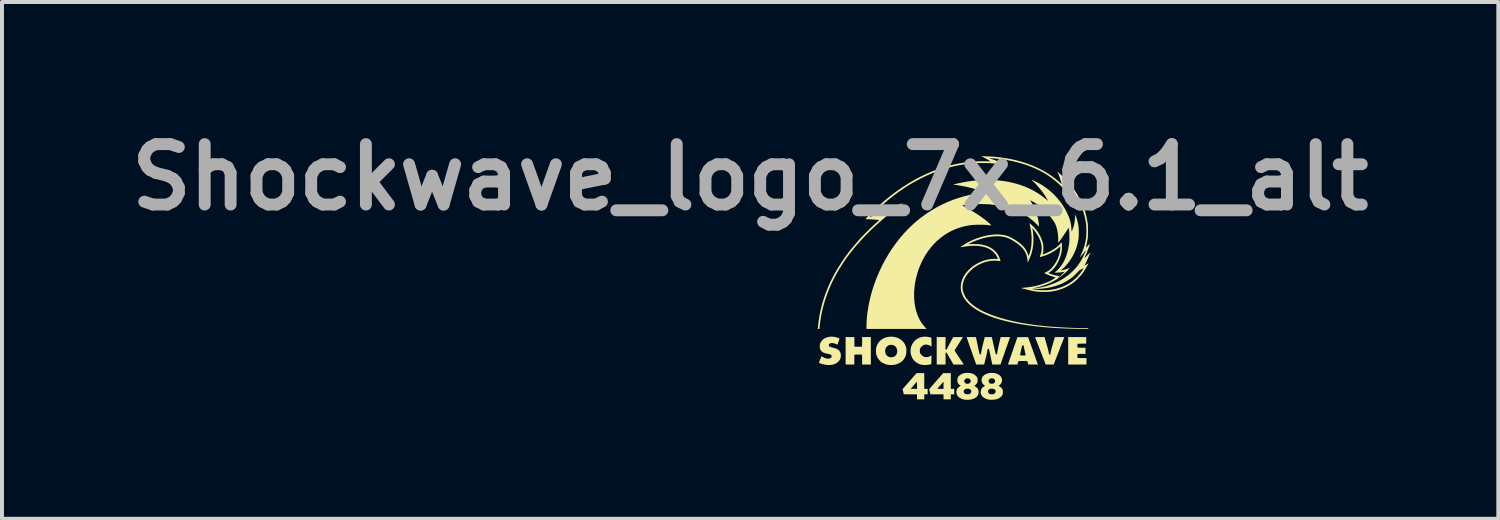
<source format=kicad_pcb>
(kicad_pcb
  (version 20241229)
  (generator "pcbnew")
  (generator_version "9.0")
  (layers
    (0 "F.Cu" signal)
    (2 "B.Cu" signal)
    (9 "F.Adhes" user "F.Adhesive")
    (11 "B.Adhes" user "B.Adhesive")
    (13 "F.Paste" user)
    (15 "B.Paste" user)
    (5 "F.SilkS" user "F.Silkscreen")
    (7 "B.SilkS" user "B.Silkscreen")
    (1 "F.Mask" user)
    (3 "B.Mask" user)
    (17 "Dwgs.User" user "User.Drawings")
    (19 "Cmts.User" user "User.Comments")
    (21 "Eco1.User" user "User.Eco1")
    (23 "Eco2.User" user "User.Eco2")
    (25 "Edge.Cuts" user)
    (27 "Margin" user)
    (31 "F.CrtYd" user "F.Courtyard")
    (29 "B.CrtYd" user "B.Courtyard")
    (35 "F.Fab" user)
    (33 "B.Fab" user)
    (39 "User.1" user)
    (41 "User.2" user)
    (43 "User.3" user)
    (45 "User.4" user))
  (footprint "Shockwave_logo_7x_6.1_alt"
    (layer "F.Cu")
    (at 20.944 3.958)
    (property "Reference" "Shockwave_logo_7x_6.1_alt" (at -5.08 -2.54 0) (layer "F.Fab") (effects (font (size 1.524 1.524) (thickness 0.3))))
    (attr board_only exclude_from_pos_files exclude_from_bom)
    (fp_poly (pts (xy -3.042 1.973) (xy -3.042 1.978) (xy -3.042 1.978) (xy -3.045 1.978) (xy -3.045 1.976) (xy -3.043 1.972)) (stroke (width 0) (type solid)) (fill yes) (layer "F.SilkS"))
    (fp_poly (pts (xy -0.69 2.796) (xy -0.604 2.796) (xy -0.604 2.935) (xy -0.69 2.935) (xy -0.69 3.061) (xy -0.873 3.061) (xy -0.873 2.935) (xy -1.04 2.934) (xy -1.206 2.933) (xy -1.221 2.868) (xy -1.237 2.804) (xy -1.23 2.796) (xy -1.033 2.796) (xy -0.873 2.796) (xy -0.873 2.706) (xy -0.874 2.676) (xy -0.874 2.654) (xy -0.874 2.638) (xy -0.875 2.628) (xy -0.876 2.622) (xy -0.877 2.62) (xy -0.879 2.62) (xy -0.88 2.62) (xy -0.884 2.625) (xy -0.892 2.634) (xy -0.905 2.649) (xy -0.921 2.666) (xy -0.939 2.687) (xy -0.958 2.709) (xy -0.959 2.711) (xy -1.033 2.796) (xy -1.23 2.796) (xy -0.884 2.4) (xy -0.787 2.4) (xy -0.69 2.4)) (stroke (width 0) (type solid)) (fill yes) (layer "F.SilkS"))
    (fp_poly (pts (xy -0.02 2.796) (xy 0.065 2.796) (xy 0.065 2.935) (xy -0.02 2.935) (xy -0.02 3.061) (xy -0.204 3.061) (xy -0.204 2.935) (xy -0.535 2.935) (xy -0.537 2.926) (xy -0.539 2.918) (xy -0.542 2.905) (xy -0.546 2.887) (xy -0.551 2.866) (xy -0.553 2.86) (xy -0.566 2.805) (xy -0.557 2.794) (xy -0.359 2.794) (xy -0.355 2.795) (xy -0.345 2.795) (xy -0.328 2.796) (xy -0.307 2.796) (xy -0.283 2.796) (xy -0.282 2.796) (xy -0.204 2.796) (xy -0.204 2.705) (xy -0.204 2.676) (xy -0.204 2.654) (xy -0.205 2.638) (xy -0.205 2.628) (xy -0.206 2.622) (xy -0.207 2.62) (xy -0.209 2.62) (xy -0.212 2.622) (xy -0.212 2.623) (xy -0.218 2.629) (xy -0.228 2.64) (xy -0.24 2.655) (xy -0.256 2.672) (xy -0.272 2.692) (xy -0.29 2.712) (xy -0.307 2.731) (xy -0.322 2.75) (xy -0.337 2.767) (xy -0.348 2.78) (xy -0.356 2.79) (xy -0.359 2.794) (xy -0.359 2.794) (xy -0.557 2.794) (xy -0.214 2.401) (xy -0.02 2.4)) (stroke (width 0) (type solid)) (fill yes) (layer "F.SilkS"))
    (fp_poly (pts (xy 3.166 1.491) (xy 3.394 1.492) (xy 3.394 1.655) (xy 3.288 1.656) (xy 3.25 1.657) (xy 3.22 1.658) (xy 3.198 1.659) (xy 3.183 1.66) (xy 3.177 1.662) (xy 3.177 1.662) (xy 3.174 1.668) (xy 3.172 1.68) (xy 3.171 1.696) (xy 3.171 1.713) (xy 3.172 1.73) (xy 3.173 1.744) (xy 3.175 1.753) (xy 3.176 1.754) (xy 3.181 1.756) (xy 3.191 1.757) (xy 3.207 1.758) (xy 3.229 1.759) (xy 3.259 1.759) (xy 3.278 1.759) (xy 3.376 1.759) (xy 3.376 1.914) (xy 3.278 1.914) (xy 3.244 1.914) (xy 3.218 1.915) (xy 3.198 1.916) (xy 3.185 1.917) (xy 3.178 1.918) (xy 3.176 1.919) (xy 3.174 1.926) (xy 3.172 1.941) (xy 3.171 1.963) (xy 3.171 1.967) (xy 3.172 1.991) (xy 3.173 2.007) (xy 3.176 2.015) (xy 3.176 2.016) (xy 3.181 2.017) (xy 3.19 2.018) (xy 3.205 2.019) (xy 3.227 2.02) (xy 3.255 2.02) (xy 3.291 2.02) (xy 3.4 2.02) (xy 3.4 2.184) (xy 2.939 2.184) (xy 2.939 1.49)) (stroke (width 0) (type solid)) (fill yes) (layer "F.SilkS"))
    (fp_poly (pts (xy -2.452 1.611) (xy -2.451 1.733) (xy -2.36 1.734) (xy -2.326 1.734) (xy -2.3 1.734) (xy -2.281 1.733) (xy -2.269 1.732) (xy -2.263 1.73) (xy -2.263 1.73) (xy -2.261 1.727) (xy -2.26 1.721) (xy -2.259 1.712) (xy -2.258 1.697) (xy -2.258 1.677) (xy -2.257 1.651) (xy -2.257 1.617) (xy -2.257 1.608) (xy -2.257 1.49) (xy -2.037 1.49) (xy -2.037 2.184) (xy -2.257 2.184) (xy -2.257 2.064) (xy -2.257 2.028) (xy -2.257 2.001) (xy -2.258 1.979) (xy -2.258 1.963) (xy -2.259 1.952) (xy -2.26 1.944) (xy -2.262 1.94) (xy -2.264 1.937) (xy -2.267 1.935) (xy -2.273 1.933) (xy -2.282 1.932) (xy -2.295 1.931) (xy -2.314 1.931) (xy -2.34 1.931) (xy -2.354 1.931) (xy -2.383 1.931) (xy -2.407 1.931) (xy -2.427 1.932) (xy -2.44 1.934) (xy -2.445 1.935) (xy -2.447 1.936) (xy -2.449 1.939) (xy -2.451 1.943) (xy -2.452 1.951) (xy -2.452 1.962) (xy -2.453 1.977) (xy -2.453 1.998) (xy -2.453 2.026) (xy -2.453 2.06) (xy -2.453 2.184) (xy -2.673 2.184) (xy -2.673 1.49) (xy -2.453 1.49)) (stroke (width 0) (type solid)) (fill yes) (layer "F.SilkS"))
    (fp_poly (pts (xy -0.154 1.645) (xy -0.156 1.8) (xy -0.146 1.804) (xy -0.136 1.807) (xy -0.127 1.803) (xy -0.119 1.793) (xy -0.112 1.777) (xy -0.108 1.768) (xy -0.101 1.753) (xy -0.09 1.732) (xy -0.077 1.708) (xy -0.063 1.68) (xy -0.047 1.65) (xy -0.032 1.622) (xy 0.04 1.492) (xy 0.163 1.491) (xy 0.194 1.491) (xy 0.222 1.49) (xy 0.246 1.491) (xy 0.265 1.491) (xy 0.278 1.491) (xy 0.285 1.492) (xy 0.286 1.492) (xy 0.284 1.496) (xy 0.277 1.505) (xy 0.268 1.521) (xy 0.255 1.541) (xy 0.239 1.566) (xy 0.221 1.594) (xy 0.202 1.624) (xy 0.181 1.657) (xy 0.18 1.659) (xy 0.158 1.692) (xy 0.139 1.723) (xy 0.121 1.751) (xy 0.105 1.776) (xy 0.092 1.797) (xy 0.082 1.813) (xy 0.076 1.824) (xy 0.073 1.829) (xy 0.073 1.829) (xy 0.076 1.833) (xy 0.082 1.843) (xy 0.092 1.859) (xy 0.105 1.88) (xy 0.122 1.904) (xy 0.14 1.932) (xy 0.161 1.963) (xy 0.183 1.997) (xy 0.19 2.007) (xy 0.212 2.04) (xy 0.233 2.072) (xy 0.253 2.1) (xy 0.27 2.126) (xy 0.284 2.147) (xy 0.295 2.164) (xy 0.302 2.176) (xy 0.306 2.181) (xy 0.306 2.182) (xy 0.302 2.182) (xy 0.291 2.183) (xy 0.274 2.183) (xy 0.251 2.183) (xy 0.224 2.184) (xy 0.194 2.184) (xy 0.176 2.184) (xy 0.046 2.184) (xy -0.002 2.099) (xy -0.018 2.071) (xy -0.035 2.043) (xy -0.051 2.015) (xy -0.066 1.989) (xy -0.078 1.969) (xy -0.081 1.964) (xy -0.092 1.945) (xy -0.102 1.927) (xy -0.11 1.911) (xy -0.115 1.901) (xy -0.116 1.899) (xy -0.12 1.889) (xy -0.126 1.885) (xy -0.135 1.884) (xy -0.137 1.884) (xy -0.153 1.884) (xy -0.153 2.184) (xy -0.264 2.184) (xy -0.376 2.184) (xy -0.376 1.49) (xy -0.151 1.49)) (stroke (width 0) (type solid)) (fill yes) (layer "F.SilkS"))
    (fp_poly (pts (xy -0.629 1.482) (xy -0.606 1.485) (xy -0.583 1.488) (xy -0.561 1.492) (xy -0.541 1.497) (xy -0.525 1.501) (xy -0.515 1.505) (xy -0.512 1.508) (xy -0.512 1.513) (xy -0.511 1.525) (xy -0.51 1.543) (xy -0.51 1.566) (xy -0.509 1.593) (xy -0.508 1.622) (xy -0.506 1.731) (xy -0.528 1.716) (xy -0.562 1.698) (xy -0.597 1.686) (xy -0.632 1.68) (xy -0.664 1.681) (xy -0.668 1.681) (xy -0.701 1.691) (xy -0.732 1.707) (xy -0.758 1.728) (xy -0.78 1.754) (xy -0.792 1.779) (xy -0.798 1.794) (xy -0.801 1.81) (xy -0.802 1.83) (xy -0.802 1.839) (xy -0.802 1.858) (xy -0.8 1.872) (xy -0.797 1.884) (xy -0.792 1.897) (xy -0.789 1.902) (xy -0.771 1.932) (xy -0.746 1.958) (xy -0.717 1.978) (xy -0.71 1.981) (xy -0.682 1.991) (xy -0.65 1.996) (xy -0.618 1.996) (xy -0.588 1.991) (xy -0.585 1.99) (xy -0.565 1.983) (xy -0.545 1.974) (xy -0.527 1.965) (xy -0.514 1.957) (xy -0.513 1.956) (xy -0.51 1.954) (xy -0.508 1.954) (xy -0.507 1.956) (xy -0.506 1.962) (xy -0.506 1.973) (xy -0.506 1.989) (xy -0.507 2.012) (xy -0.508 2.037) (xy -0.509 2.065) (xy -0.51 2.091) (xy -0.511 2.115) (xy -0.512 2.135) (xy -0.513 2.148) (xy -0.513 2.15) (xy -0.515 2.175) (xy -0.544 2.181) (xy -0.59 2.189) (xy -0.638 2.194) (xy -0.684 2.195) (xy -0.727 2.193) (xy -0.753 2.189) (xy -0.801 2.177) (xy -0.847 2.157) (xy -0.89 2.13) (xy -0.93 2.098) (xy -0.964 2.061) (xy -0.98 2.038) (xy -1.004 1.993) (xy -1.022 1.945) (xy -1.033 1.895) (xy -1.036 1.843) (xy -1.033 1.792) (xy -1.022 1.741) (xy -1.004 1.693) (xy -0.98 1.647) (xy -0.975 1.64) (xy -0.941 1.597) (xy -0.903 1.56) (xy -0.86 1.53) (xy -0.813 1.507) (xy -0.762 1.491) (xy -0.709 1.482) (xy -0.653 1.48)) (stroke (width 0) (type solid)) (fill yes) (layer "F.SilkS"))
    (fp_poly (pts (xy 2.351 1.521) (xy 2.37 1.587) (xy 2.387 1.646) (xy 2.402 1.697) (xy 2.414 1.742) (xy 2.425 1.78) (xy 2.433 1.812) (xy 2.44 1.838) (xy 2.445 1.859) (xy 2.448 1.875) (xy 2.45 1.884) (xy 2.452 1.904) (xy 2.455 1.918) (xy 2.459 1.926) (xy 2.465 1.929) (xy 2.472 1.931) (xy 2.473 1.931) (xy 2.485 1.928) (xy 2.491 1.921) (xy 2.494 1.907) (xy 2.494 1.904) (xy 2.494 1.895) (xy 2.495 1.884) (xy 2.497 1.872) (xy 2.5 1.858) (xy 2.504 1.84) (xy 2.51 1.818) (xy 2.517 1.791) (xy 2.526 1.758) (xy 2.537 1.719) (xy 2.546 1.69) (xy 2.556 1.655) (xy 2.565 1.622) (xy 2.574 1.592) (xy 2.582 1.565) (xy 2.588 1.543) (xy 2.593 1.526) (xy 2.596 1.516) (xy 2.596 1.516) (xy 2.603 1.492) (xy 2.722 1.491) (xy 2.756 1.49) (xy 2.783 1.49) (xy 2.804 1.49) (xy 2.819 1.491) (xy 2.829 1.491) (xy 2.835 1.492) (xy 2.838 1.493) (xy 2.839 1.495) (xy 2.839 1.497) (xy 2.839 1.498) (xy 2.837 1.503) (xy 2.832 1.516) (xy 2.825 1.533) (xy 2.817 1.555) (xy 2.807 1.581) (xy 2.798 1.605) (xy 2.789 1.627) (xy 2.778 1.656) (xy 2.764 1.69) (xy 2.749 1.729) (xy 2.733 1.771) (xy 2.716 1.816) (xy 2.698 1.862) (xy 2.68 1.908) (xy 2.666 1.944) (xy 2.573 2.184) (xy 2.473 2.184) (xy 2.372 2.184) (xy 2.364 2.162) (xy 2.361 2.155) (xy 2.356 2.141) (xy 2.348 2.12) (xy 2.338 2.094) (xy 2.326 2.063) (xy 2.312 2.028) (xy 2.297 1.99) (xy 2.281 1.948) (xy 2.264 1.905) (xy 2.247 1.859) (xy 2.229 1.813) (xy 2.211 1.767) (xy 2.193 1.722) (xy 2.176 1.677) (xy 2.159 1.635) (xy 2.144 1.595) (xy 2.138 1.581) (xy 2.129 1.556) (xy 2.12 1.534) (xy 2.114 1.516) (xy 2.109 1.503) (xy 2.106 1.495) (xy 2.106 1.494) (xy 2.11 1.493) (xy 2.122 1.491) (xy 2.143 1.491) (xy 2.171 1.49) (xy 2.208 1.49) (xy 2.224 1.49) (xy 2.342 1.49)) (stroke (width 0) (type solid)) (fill yes) (layer "F.SilkS"))
    (fp_poly (pts (xy -1.45 1.486) (xy -1.395 1.498) (xy -1.344 1.518) (xy -1.296 1.544) (xy -1.254 1.577) (xy -1.218 1.613) (xy -1.188 1.655) (xy -1.165 1.702) (xy -1.152 1.738) (xy -1.148 1.752) (xy -1.145 1.765) (xy -1.143 1.778) (xy -1.142 1.794) (xy -1.141 1.814) (xy -1.141 1.839) (xy -1.142 1.874) (xy -1.144 1.904) (xy -1.148 1.93) (xy -1.155 1.955) (xy -1.166 1.981) (xy -1.176 2.002) (xy -1.201 2.045) (xy -1.233 2.083) (xy -1.271 2.117) (xy -1.315 2.145) (xy -1.363 2.167) (xy -1.416 2.183) (xy -1.459 2.192) (xy -1.483 2.194) (xy -1.512 2.195) (xy -1.543 2.195) (xy -1.571 2.194) (xy -1.594 2.191) (xy -1.649 2.18) (xy -1.7 2.161) (xy -1.747 2.137) (xy -1.789 2.106) (xy -1.825 2.071) (xy -1.856 2.029) (xy -1.881 1.984) (xy -1.898 1.933) (xy -1.899 1.933) (xy -1.903 1.909) (xy -1.906 1.88) (xy -1.908 1.848) (xy -1.908 1.843) (xy -1.675 1.843) (xy -1.675 1.865) (xy -1.673 1.882) (xy -1.67 1.896) (xy -1.666 1.908) (xy -1.653 1.931) (xy -1.636 1.954) (xy -1.616 1.973) (xy -1.611 1.976) (xy -1.589 1.988) (xy -1.562 1.996) (xy -1.532 2) (xy -1.502 1.999) (xy -1.475 1.994) (xy -1.444 1.981) (xy -1.418 1.962) (xy -1.398 1.937) (xy -1.383 1.907) (xy -1.374 1.874) (xy -1.372 1.838) (xy -1.372 1.836) (xy -1.378 1.798) (xy -1.39 1.765) (xy -1.408 1.737) (xy -1.432 1.715) (xy -1.458 1.7) (xy -1.471 1.694) (xy -1.482 1.69) (xy -1.495 1.689) (xy -1.511 1.688) (xy -1.525 1.688) (xy -1.544 1.688) (xy -1.558 1.689) (xy -1.569 1.691) (xy -1.58 1.695) (xy -1.593 1.701) (xy -1.619 1.717) (xy -1.64 1.738) (xy -1.657 1.765) (xy -1.663 1.775) (xy -1.669 1.788) (xy -1.672 1.799) (xy -1.674 1.811) (xy -1.675 1.826) (xy -1.675 1.843) (xy -1.908 1.843) (xy -1.908 1.816) (xy -1.906 1.787) (xy -1.902 1.762) (xy -1.901 1.755) (xy -1.883 1.702) (xy -1.858 1.654) (xy -1.828 1.611) (xy -1.792 1.574) (xy -1.75 1.543) (xy -1.704 1.517) (xy -1.652 1.498) (xy -1.596 1.486) (xy -1.566 1.482) (xy -1.507 1.48)) (stroke (width 0) (type solid)) (fill yes) (layer "F.SilkS"))
    (fp_poly (pts (xy 1.952 1.557) (xy 1.957 1.572) (xy 1.965 1.594) (xy 1.975 1.622) (xy 1.987 1.656) (xy 2 1.693) (xy 2.015 1.734) (xy 2.03 1.778) (xy 2.047 1.823) (xy 2.063 1.87) (xy 2.07 1.888) (xy 2.086 1.933) (xy 2.101 1.976) (xy 2.115 2.016) (xy 2.128 2.053) (xy 2.14 2.086) (xy 2.15 2.115) (xy 2.159 2.138) (xy 2.165 2.155) (xy 2.169 2.166) (xy 2.17 2.168) (xy 2.175 2.184) (xy 2.054 2.183) (xy 1.933 2.182) (xy 1.923 2.143) (xy 1.918 2.126) (xy 1.913 2.111) (xy 1.91 2.102) (xy 1.909 2.099) (xy 1.906 2.097) (xy 1.898 2.096) (xy 1.885 2.095) (xy 1.866 2.094) (xy 1.84 2.094) (xy 1.807 2.094) (xy 1.796 2.094) (xy 1.762 2.094) (xy 1.736 2.094) (xy 1.716 2.094) (xy 1.702 2.095) (xy 1.691 2.098) (xy 1.684 2.102) (xy 1.68 2.108) (xy 1.676 2.117) (xy 1.674 2.128) (xy 1.67 2.143) (xy 1.67 2.146) (xy 1.66 2.184) (xy 1.54 2.184) (xy 1.504 2.184) (xy 1.476 2.183) (xy 1.454 2.183) (xy 1.439 2.182) (xy 1.428 2.181) (xy 1.423 2.18) (xy 1.421 2.179) (xy 1.421 2.179) (xy 1.423 2.174) (xy 1.427 2.161) (xy 1.434 2.142) (xy 1.444 2.115) (xy 1.455 2.081) (xy 1.469 2.041) (xy 1.486 1.994) (xy 1.504 1.94) (xy 1.505 1.938) (xy 1.727 1.938) (xy 1.727 1.944) (xy 1.73 1.949) (xy 1.737 1.952) (xy 1.748 1.954) (xy 1.764 1.955) (xy 1.787 1.955) (xy 1.799 1.955) (xy 1.823 1.955) (xy 1.84 1.955) (xy 1.851 1.954) (xy 1.858 1.953) (xy 1.862 1.951) (xy 1.864 1.948) (xy 1.865 1.946) (xy 1.865 1.939) (xy 1.863 1.923) (xy 1.858 1.9) (xy 1.851 1.869) (xy 1.849 1.858) (xy 1.842 1.831) (xy 1.836 1.805) (xy 1.831 1.78) (xy 1.827 1.76) (xy 1.824 1.746) (xy 1.821 1.729) (xy 1.818 1.715) (xy 1.814 1.706) (xy 1.813 1.705) (xy 1.804 1.699) (xy 1.792 1.698) (xy 1.782 1.702) (xy 1.78 1.704) (xy 1.778 1.709) (xy 1.775 1.721) (xy 1.77 1.738) (xy 1.765 1.76) (xy 1.759 1.784) (xy 1.753 1.811) (xy 1.747 1.838) (xy 1.741 1.864) (xy 1.736 1.888) (xy 1.732 1.909) (xy 1.728 1.925) (xy 1.727 1.936) (xy 1.727 1.938) (xy 1.505 1.938) (xy 1.525 1.88) (xy 1.548 1.815) (xy 1.572 1.743) (xy 1.599 1.666) (xy 1.628 1.583) (xy 1.632 1.571) (xy 1.66 1.492) (xy 1.928 1.492)) (stroke (width 0) (type solid)) (fill yes) (layer "F.SilkS"))
    (fp_poly (pts (xy -2.973 1.484) (xy -2.926 1.492) (xy -2.882 1.505) (xy -2.869 1.51) (xy -2.853 1.516) (xy -2.842 1.521) (xy -2.834 1.526) (xy -2.83 1.533) (xy -2.829 1.541) (xy -2.832 1.553) (xy -2.838 1.57) (xy -2.846 1.593) (xy -2.851 1.606) (xy -2.86 1.629) (xy -2.867 1.649) (xy -2.874 1.665) (xy -2.878 1.677) (xy -2.88 1.681) (xy -2.88 1.681) (xy -2.884 1.68) (xy -2.894 1.677) (xy -2.907 1.671) (xy -2.913 1.668) (xy -2.948 1.654) (xy -2.981 1.645) (xy -3.012 1.641) (xy -3.04 1.642) (xy -3.063 1.648) (xy -3.081 1.66) (xy -3.082 1.661) (xy -3.093 1.677) (xy -3.097 1.694) (xy -3.093 1.712) (xy -3.083 1.727) (xy -3.077 1.732) (xy -3.07 1.735) (xy -3.056 1.74) (xy -3.037 1.746) (xy -3.015 1.752) (xy -2.994 1.757) (xy -2.966 1.764) (xy -2.94 1.772) (xy -2.918 1.779) (xy -2.901 1.785) (xy -2.895 1.788) (xy -2.862 1.808) (xy -2.835 1.834) (xy -2.814 1.864) (xy -2.8 1.898) (xy -2.793 1.935) (xy -2.793 1.975) (xy -2.798 2.007) (xy -2.811 2.047) (xy -2.832 2.082) (xy -2.859 2.113) (xy -2.892 2.14) (xy -2.932 2.163) (xy -2.977 2.18) (xy -2.993 2.184) (xy -3.02 2.189) (xy -3.053 2.193) (xy -3.089 2.195) (xy -3.125 2.194) (xy -3.158 2.192) (xy -3.173 2.19) (xy -3.196 2.186) (xy -3.22 2.18) (xy -3.246 2.174) (xy -3.271 2.167) (xy -3.295 2.16) (xy -3.315 2.153) (xy -3.331 2.147) (xy -3.342 2.142) (xy -3.345 2.139) (xy -3.344 2.134) (xy -3.341 2.124) (xy -3.335 2.108) (xy -3.328 2.089) (xy -3.32 2.068) (xy -3.311 2.047) (xy -3.302 2.026) (xy -3.294 2.007) (xy -3.287 1.991) (xy -3.282 1.98) (xy -3.279 1.975) (xy -3.278 1.974) (xy -3.273 1.977) (xy -3.263 1.983) (xy -3.259 1.986) (xy -3.227 2.005) (xy -3.193 2.02) (xy -3.158 2.03) (xy -3.125 2.036) (xy -3.111 2.037) (xy -3.09 2.034) (xy -3.07 2.029) (xy -3.052 2.021) (xy -3.038 2.011) (xy -3.036 2.008) (xy -3.028 1.991) (xy -3.025 1.973) (xy -3.029 1.955) (xy -3.03 1.952) (xy -3.037 1.943) (xy -3.046 1.935) (xy -3.06 1.929) (xy -3.079 1.922) (xy -3.104 1.916) (xy -3.124 1.912) (xy -3.16 1.905) (xy -3.189 1.898) (xy -3.213 1.889) (xy -3.234 1.88) (xy -3.253 1.869) (xy -3.254 1.868) (xy -3.279 1.849) (xy -3.298 1.827) (xy -3.313 1.8) (xy -3.318 1.789) (xy -3.321 1.78) (xy -3.323 1.769) (xy -3.324 1.755) (xy -3.324 1.736) (xy -3.324 1.731) (xy -3.323 1.701) (xy -3.321 1.678) (xy -3.317 1.661) (xy -3.301 1.623) (xy -3.278 1.589) (xy -3.248 1.558) (xy -3.213 1.531) (xy -3.172 1.51) (xy -3.126 1.493) (xy -3.111 1.489) (xy -3.068 1.482) (xy -3.021 1.48)) (stroke (width 0) (type solid)) (fill yes) (layer "F.SilkS"))
    (fp_poly (pts (xy 1.07 2.397) (xy 1.111 2.405) (xy 1.15 2.418) (xy 1.185 2.436) (xy 1.216 2.458) (xy 1.228 2.47) (xy 1.248 2.496) (xy 1.262 2.526) (xy 1.27 2.558) (xy 1.271 2.591) (xy 1.266 2.622) (xy 1.257 2.646) (xy 1.245 2.664) (xy 1.228 2.684) (xy 1.21 2.701) (xy 1.197 2.71) (xy 1.181 2.721) (xy 1.203 2.733) (xy 1.23 2.75) (xy 1.254 2.771) (xy 1.273 2.795) (xy 1.28 2.807) (xy 1.285 2.818) (xy 1.288 2.827) (xy 1.291 2.837) (xy 1.292 2.851) (xy 1.292 2.869) (xy 1.292 2.878) (xy 1.292 2.898) (xy 1.291 2.913) (xy 1.289 2.924) (xy 1.287 2.934) (xy 1.282 2.944) (xy 1.28 2.949) (xy 1.259 2.98) (xy 1.232 3.008) (xy 1.199 3.03) (xy 1.16 3.048) (xy 1.116 3.061) (xy 1.066 3.069) (xy 1.029 3.071) (xy 1.006 3.072) (xy 0.983 3.071) (xy 0.964 3.071) (xy 0.95 3.069) (xy 0.949 3.069) (xy 0.912 3.062) (xy 0.879 3.052) (xy 0.847 3.039) (xy 0.842 3.036) (xy 0.807 3.016) (xy 0.778 2.991) (xy 0.756 2.962) (xy 0.741 2.931) (xy 0.733 2.897) (xy 0.733 2.862) (xy 0.734 2.857) (xy 0.917 2.857) (xy 0.919 2.878) (xy 0.927 2.897) (xy 0.941 2.913) (xy 0.946 2.917) (xy 0.967 2.927) (xy 0.993 2.933) (xy 1.019 2.935) (xy 1.045 2.932) (xy 1.049 2.931) (xy 1.073 2.92) (xy 1.093 2.905) (xy 1.101 2.894) (xy 1.107 2.883) (xy 1.11 2.872) (xy 1.109 2.858) (xy 1.104 2.835) (xy 1.093 2.818) (xy 1.075 2.805) (xy 1.051 2.796) (xy 1.02 2.793) (xy 1.001 2.792) (xy 0.987 2.793) (xy 0.975 2.796) (xy 0.965 2.8) (xy 0.951 2.807) (xy 0.938 2.816) (xy 0.934 2.82) (xy 0.922 2.837) (xy 0.917 2.857) (xy 0.734 2.857) (xy 0.734 2.851) (xy 0.744 2.816) (xy 0.759 2.787) (xy 0.781 2.762) (xy 0.81 2.74) (xy 0.82 2.734) (xy 0.845 2.72) (xy 0.823 2.705) (xy 0.797 2.683) (xy 0.777 2.656) (xy 0.763 2.627) (xy 0.757 2.6) (xy 0.931 2.6) (xy 0.933 2.615) (xy 0.94 2.631) (xy 0.95 2.646) (xy 0.954 2.65) (xy 0.971 2.661) (xy 0.992 2.667) (xy 1.016 2.668) (xy 1.039 2.666) (xy 1.059 2.659) (xy 1.077 2.645) (xy 1.089 2.628) (xy 1.095 2.609) (xy 1.095 2.59) (xy 1.089 2.571) (xy 1.077 2.554) (xy 1.06 2.541) (xy 1.046 2.536) (xy 1.02 2.531) (xy 0.995 2.532) (xy 0.972 2.539) (xy 0.954 2.551) (xy 0.94 2.567) (xy 0.932 2.587) (xy 0.931 2.6) (xy 0.757 2.6) (xy 0.756 2.595) (xy 0.756 2.562) (xy 0.763 2.529) (xy 0.778 2.498) (xy 0.782 2.491) (xy 0.804 2.464) (xy 0.833 2.441) (xy 0.866 2.423) (xy 0.903 2.409) (xy 0.943 2.399) (xy 0.985 2.394) (xy 1.027 2.393)) (stroke (width 0) (type solid)) (fill yes) (layer "F.SilkS"))
    (fp_poly (pts (xy 0.448 2.396) (xy 0.488 2.402) (xy 0.525 2.413) (xy 0.56 2.43) (xy 0.592 2.45) (xy 0.618 2.475) (xy 0.637 2.501) (xy 0.642 2.509) (xy 0.648 2.522) (xy 0.652 2.533) (xy 0.654 2.544) (xy 0.655 2.558) (xy 0.655 2.576) (xy 0.655 2.58) (xy 0.655 2.6) (xy 0.654 2.615) (xy 0.652 2.626) (xy 0.648 2.636) (xy 0.646 2.641) (xy 0.631 2.665) (xy 0.612 2.688) (xy 0.59 2.706) (xy 0.586 2.709) (xy 0.568 2.72) (xy 0.591 2.733) (xy 0.622 2.753) (xy 0.646 2.776) (xy 0.663 2.802) (xy 0.666 2.807) (xy 0.672 2.82) (xy 0.676 2.831) (xy 0.678 2.842) (xy 0.679 2.855) (xy 0.68 2.874) (xy 0.68 2.877) (xy 0.679 2.898) (xy 0.678 2.913) (xy 0.676 2.924) (xy 0.673 2.935) (xy 0.669 2.943) (xy 0.649 2.976) (xy 0.622 3.005) (xy 0.588 3.029) (xy 0.548 3.048) (xy 0.505 3.061) (xy 0.478 3.066) (xy 0.445 3.07) (xy 0.41 3.072) (xy 0.375 3.072) (xy 0.343 3.07) (xy 0.327 3.068) (xy 0.279 3.057) (xy 0.238 3.041) (xy 0.202 3.022) (xy 0.172 2.998) (xy 0.148 2.97) (xy 0.131 2.94) (xy 0.122 2.906) (xy 0.119 2.869) (xy 0.12 2.864) (xy 0.122 2.851) (xy 0.304 2.851) (xy 0.304 2.868) (xy 0.309 2.887) (xy 0.319 2.904) (xy 0.324 2.91) (xy 0.334 2.917) (xy 0.347 2.924) (xy 0.354 2.927) (xy 0.374 2.932) (xy 0.398 2.934) (xy 0.423 2.932) (xy 0.446 2.927) (xy 0.456 2.923) (xy 0.476 2.909) (xy 0.489 2.892) (xy 0.496 2.873) (xy 0.496 2.853) (xy 0.49 2.834) (xy 0.477 2.817) (xy 0.459 2.804) (xy 0.446 2.798) (xy 0.424 2.794) (xy 0.4 2.792) (xy 0.375 2.794) (xy 0.354 2.798) (xy 0.336 2.808) (xy 0.32 2.821) (xy 0.309 2.838) (xy 0.304 2.851) (xy 0.122 2.851) (xy 0.126 2.829) (xy 0.139 2.797) (xy 0.16 2.77) (xy 0.187 2.746) (xy 0.21 2.732) (xy 0.232 2.721) (xy 0.212 2.708) (xy 0.186 2.686) (xy 0.164 2.659) (xy 0.154 2.641) (xy 0.15 2.631) (xy 0.147 2.621) (xy 0.146 2.608) (xy 0.146 2.607) (xy 0.318 2.607) (xy 0.323 2.626) (xy 0.334 2.643) (xy 0.352 2.657) (xy 0.363 2.663) (xy 0.382 2.668) (xy 0.403 2.669) (xy 0.424 2.667) (xy 0.436 2.663) (xy 0.457 2.65) (xy 0.472 2.634) (xy 0.48 2.613) (xy 0.482 2.6) (xy 0.478 2.578) (xy 0.467 2.559) (xy 0.451 2.545) (xy 0.43 2.535) (xy 0.404 2.531) (xy 0.4 2.531) (xy 0.375 2.534) (xy 0.354 2.542) (xy 0.337 2.555) (xy 0.326 2.571) (xy 0.319 2.589) (xy 0.318 2.607) (xy 0.146 2.607) (xy 0.145 2.59) (xy 0.145 2.58) (xy 0.145 2.56) (xy 0.146 2.545) (xy 0.148 2.534) (xy 0.152 2.524) (xy 0.157 2.511) (xy 0.158 2.509) (xy 0.177 2.48) (xy 0.203 2.454) (xy 0.234 2.433) (xy 0.27 2.416) (xy 0.31 2.403) (xy 0.354 2.395) (xy 0.4 2.393)) (stroke (width 0) (type solid)) (fill yes) (layer "F.SilkS"))
    (fp_poly (pts (xy 1.016 1.505) (xy 1.018 1.514) (xy 1.022 1.529) (xy 1.027 1.551) (xy 1.033 1.579) (xy 1.04 1.611) (xy 1.049 1.647) (xy 1.057 1.685) (xy 1.066 1.726) (xy 1.076 1.768) (xy 1.085 1.811) (xy 1.088 1.822) (xy 1.094 1.848) (xy 1.1 1.872) (xy 1.105 1.892) (xy 1.109 1.907) (xy 1.112 1.916) (xy 1.113 1.917) (xy 1.122 1.925) (xy 1.133 1.926) (xy 1.142 1.923) (xy 1.146 1.917) (xy 1.149 1.903) (xy 1.153 1.882) (xy 1.155 1.863) (xy 1.158 1.844) (xy 1.161 1.824) (xy 1.166 1.801) (xy 1.171 1.774) (xy 1.178 1.742) (xy 1.186 1.706) (xy 1.196 1.664) (xy 1.207 1.616) (xy 1.22 1.56) (xy 1.237 1.49) (xy 1.355 1.49) (xy 1.386 1.49) (xy 1.413 1.49) (xy 1.436 1.491) (xy 1.455 1.491) (xy 1.467 1.492) (xy 1.473 1.493) (xy 1.473 1.493) (xy 1.472 1.497) (xy 1.468 1.509) (xy 1.463 1.525) (xy 1.455 1.546) (xy 1.447 1.571) (xy 1.439 1.592) (xy 1.432 1.613) (xy 1.422 1.641) (xy 1.41 1.675) (xy 1.396 1.714) (xy 1.381 1.756) (xy 1.365 1.8) (xy 1.349 1.847) (xy 1.333 1.893) (xy 1.318 1.936) (xy 1.231 2.184) (xy 1.025 2.184) (xy 1.021 2.164) (xy 1.008 2.101) (xy 0.996 2.045) (xy 0.986 1.997) (xy 0.977 1.955) (xy 0.97 1.919) (xy 0.963 1.889) (xy 0.958 1.864) (xy 0.953 1.843) (xy 0.949 1.827) (xy 0.946 1.815) (xy 0.944 1.806) (xy 0.942 1.8) (xy 0.941 1.796) (xy 0.94 1.795) (xy 0.931 1.789) (xy 0.925 1.788) (xy 0.916 1.789) (xy 0.91 1.792) (xy 0.905 1.8) (xy 0.902 1.813) (xy 0.899 1.832) (xy 0.898 1.845) (xy 0.896 1.862) (xy 0.893 1.881) (xy 0.888 1.904) (xy 0.882 1.931) (xy 0.875 1.964) (xy 0.865 2.004) (xy 0.856 2.038) (xy 0.819 2.184) (xy 0.62 2.184) (xy 0.616 2.172) (xy 0.614 2.166) (xy 0.609 2.153) (xy 0.602 2.134) (xy 0.594 2.11) (xy 0.584 2.083) (xy 0.574 2.054) (xy 0.569 2.041) (xy 0.559 2.012) (xy 0.547 1.978) (xy 0.533 1.938) (xy 0.518 1.894) (xy 0.502 1.849) (xy 0.485 1.802) (xy 0.469 1.756) (xy 0.454 1.711) (xy 0.453 1.711) (xy 0.439 1.671) (xy 0.426 1.634) (xy 0.415 1.599) (xy 0.404 1.569) (xy 0.395 1.542) (xy 0.388 1.521) (xy 0.383 1.506) (xy 0.38 1.497) (xy 0.38 1.495) (xy 0.381 1.494) (xy 0.386 1.492) (xy 0.394 1.491) (xy 0.408 1.491) (xy 0.427 1.49) (xy 0.452 1.49) (xy 0.485 1.49) (xy 0.496 1.49) (xy 0.53 1.49) (xy 0.556 1.49) (xy 0.577 1.49) (xy 0.591 1.491) (xy 0.601 1.492) (xy 0.608 1.493) (xy 0.612 1.494) (xy 0.613 1.496) (xy 0.614 1.497) (xy 0.615 1.502) (xy 0.618 1.515) (xy 0.622 1.534) (xy 0.627 1.558) (xy 0.633 1.587) (xy 0.64 1.62) (xy 0.647 1.655) (xy 0.653 1.682) (xy 0.663 1.731) (xy 0.672 1.772) (xy 0.679 1.807) (xy 0.685 1.836) (xy 0.69 1.859) (xy 0.694 1.877) (xy 0.697 1.891) (xy 0.7 1.902) (xy 0.701 1.909) (xy 0.703 1.914) (xy 0.704 1.917) (xy 0.705 1.919) (xy 0.706 1.921) (xy 0.707 1.921) (xy 0.715 1.926) (xy 0.726 1.926) (xy 0.736 1.921) (xy 0.736 1.921) (xy 0.739 1.914) (xy 0.743 1.901) (xy 0.744 1.889) (xy 0.746 1.874) (xy 0.749 1.857) (xy 0.752 1.839) (xy 0.756 1.819) (xy 0.761 1.795) (xy 0.767 1.768) (xy 0.774 1.737) (xy 0.783 1.701) (xy 0.793 1.66) (xy 0.805 1.612) (xy 0.819 1.558) (xy 0.833 1.505) (xy 0.837 1.49) (xy 1.012 1.49)) (stroke (width 0) (type solid)) (fill yes) (layer "F.SilkS"))
    (fp_poly (pts (xy 0.802 -3.069) (xy 0.825 -3.068) (xy 0.852 -3.067) (xy 0.883 -3.066) (xy 0.915 -3.065) (xy 0.949 -3.063) (xy 0.981 -3.062) (xy 1.012 -3.06) (xy 1.04 -3.059) (xy 1.064 -3.057) (xy 1.065 -3.057) (xy 1.215 -3.042) (xy 1.361 -3.022) (xy 1.505 -2.995) (xy 1.645 -2.963) (xy 1.782 -2.925) (xy 1.915 -2.881) (xy 2.043 -2.832) (xy 2.167 -2.777) (xy 2.285 -2.718) (xy 2.398 -2.653) (xy 2.506 -2.583) (xy 2.608 -2.508) (xy 2.703 -2.429) (xy 2.748 -2.389) (xy 2.76 -2.378) (xy 2.769 -2.37) (xy 2.775 -2.366) (xy 2.776 -2.366) (xy 2.774 -2.371) (xy 2.771 -2.383) (xy 2.767 -2.399) (xy 2.761 -2.419) (xy 2.757 -2.433) (xy 2.745 -2.473) (xy 2.73 -2.519) (xy 2.711 -2.571) (xy 2.689 -2.629) (xy 2.678 -2.656) (xy 2.673 -2.668) (xy 2.672 -2.674) (xy 2.673 -2.676) (xy 2.677 -2.674) (xy 2.684 -2.669) (xy 2.695 -2.659) (xy 2.711 -2.645) (xy 2.73 -2.628) (xy 2.751 -2.607) (xy 2.774 -2.585) (xy 2.799 -2.562) (xy 2.823 -2.538) (xy 2.846 -2.515) (xy 2.869 -2.492) (xy 2.872 -2.489) (xy 2.953 -2.402) (xy 3.027 -2.312) (xy 3.096 -2.219) (xy 3.159 -2.122) (xy 3.217 -2.019) (xy 3.249 -1.959) (xy 3.292 -1.868) (xy 3.329 -1.779) (xy 3.36 -1.69) (xy 3.386 -1.6) (xy 3.408 -1.506) (xy 3.426 -1.408) (xy 3.433 -1.359) (xy 3.435 -1.34) (xy 3.437 -1.314) (xy 3.438 -1.28) (xy 3.438 -1.238) (xy 3.439 -1.188) (xy 3.439 -1.182) (xy 3.438 -1.143) (xy 3.438 -1.11) (xy 3.438 -1.084) (xy 3.437 -1.062) (xy 3.436 -1.043) (xy 3.435 -1.027) (xy 3.433 -1.011) (xy 3.431 -0.994) (xy 3.429 -0.984) (xy 3.421 -0.935) (xy 3.411 -0.886) (xy 3.401 -0.841) (xy 3.391 -0.801) (xy 3.39 -0.799) (xy 3.386 -0.785) (xy 3.385 -0.775) (xy 3.385 -0.77) (xy 3.385 -0.77) (xy 3.39 -0.774) (xy 3.399 -0.782) (xy 3.412 -0.793) (xy 3.428 -0.807) (xy 3.437 -0.815) (xy 3.454 -0.83) (xy 3.468 -0.842) (xy 3.479 -0.851) (xy 3.486 -0.856) (xy 3.487 -0.857) (xy 3.487 -0.854) (xy 3.484 -0.843) (xy 3.479 -0.827) (xy 3.472 -0.807) (xy 3.463 -0.782) (xy 3.452 -0.754) (xy 3.441 -0.725) (xy 3.429 -0.694) (xy 3.417 -0.663) (xy 3.404 -0.632) (xy 3.393 -0.604) (xy 3.382 -0.577) (xy 3.372 -0.554) (xy 3.366 -0.541) (xy 3.358 -0.525) (xy 3.352 -0.511) (xy 3.349 -0.502) (xy 3.348 -0.499) (xy 3.351 -0.502) (xy 3.36 -0.509) (xy 3.372 -0.521) (xy 3.388 -0.536) (xy 3.406 -0.554) (xy 3.425 -0.572) (xy 3.451 -0.597) (xy 3.47 -0.616) (xy 3.485 -0.628) (xy 3.493 -0.635) (xy 3.496 -0.636) (xy 3.496 -0.635) (xy 3.473 -0.58) (xy 3.451 -0.529) (xy 3.431 -0.484) (xy 3.413 -0.444) (xy 3.398 -0.41) (xy 3.385 -0.383) (xy 3.376 -0.364) (xy 3.367 -0.346) (xy 3.36 -0.331) (xy 3.355 -0.32) (xy 3.353 -0.315) (xy 3.353 -0.314) (xy 3.357 -0.316) (xy 3.367 -0.321) (xy 3.381 -0.329) (xy 3.398 -0.339) (xy 3.402 -0.341) (xy 3.42 -0.351) (xy 3.435 -0.359) (xy 3.445 -0.365) (xy 3.45 -0.367) (xy 3.451 -0.367) (xy 3.449 -0.363) (xy 3.444 -0.353) (xy 3.436 -0.338) (xy 3.426 -0.319) (xy 3.414 -0.298) (xy 3.4 -0.274) (xy 3.386 -0.25) (xy 3.372 -0.226) (xy 3.358 -0.203) (xy 3.345 -0.183) (xy 3.335 -0.165) (xy 3.327 -0.154) (xy 3.29 -0.103) (xy 3.248 -0.051) (xy 3.202 -0.001) (xy 3.154 0.047) (xy 3.106 0.089) (xy 3.079 0.111) (xy 3 0.166) (xy 2.918 0.214) (xy 2.831 0.256) (xy 2.741 0.29) (xy 2.649 0.317) (xy 2.599 0.328) (xy 2.561 0.335) (xy 2.528 0.341) (xy 2.496 0.345) (xy 2.465 0.349) (xy 2.432 0.351) (xy 2.396 0.352) (xy 2.354 0.353) (xy 2.327 0.353) (xy 2.281 0.352) (xy 2.239 0.351) (xy 2.2 0.349) (xy 2.163 0.346) (xy 2.126 0.342) (xy 2.088 0.336) (xy 2.048 0.329) (xy 2.004 0.319) (xy 1.956 0.308) (xy 1.902 0.295) (xy 1.869 0.286) (xy 1.839 0.279) (xy 2.031 0.279) (xy 2.067 0.286) (xy 2.088 0.29) (xy 2.114 0.294) (xy 2.143 0.298) (xy 2.173 0.302) (xy 2.202 0.305) (xy 2.226 0.307) (xy 2.229 0.307) (xy 2.249 0.308) (xy 2.276 0.309) (xy 2.307 0.309) (xy 2.34 0.309) (xy 2.371 0.309) (xy 2.401 0.308) (xy 2.425 0.307) (xy 2.437 0.306) (xy 2.537 0.293) (xy 2.633 0.274) (xy 2.726 0.247) (xy 2.815 0.213) (xy 2.899 0.173) (xy 2.979 0.126) (xy 3.054 0.073) (xy 3.125 0.013) (xy 3.19 -0.053) (xy 3.25 -0.125) (xy 3.299 -0.194) (xy 3.31 -0.211) (xy 3.32 -0.226) (xy 3.327 -0.238) (xy 3.33 -0.244) (xy 3.331 -0.245) (xy 3.327 -0.244) (xy 3.318 -0.24) (xy 3.303 -0.233) (xy 3.285 -0.225) (xy 3.275 -0.22) (xy 3.253 -0.209) (xy 3.237 -0.2) (xy 3.225 -0.193) (xy 3.215 -0.185) (xy 3.205 -0.176) (xy 3.194 -0.164) (xy 3.185 -0.154) (xy 3.12 -0.086) (xy 3.049 -0.022) (xy 2.972 0.035) (xy 2.89 0.086) (xy 2.802 0.132) (xy 2.71 0.172) (xy 2.614 0.205) (xy 2.513 0.232) (xy 2.408 0.253) (xy 2.299 0.268) (xy 2.187 0.276) (xy 2.114 0.278) (xy 2.031 0.279) (xy 1.839 0.279) (xy 1.798 0.268) (xy 2.02 0.268) (xy 2.025 0.269) (xy 2.027 0.269) (xy 2.034 0.268) (xy 2.034 0.267) (xy 2.034 0.267) (xy 2.026 0.266) (xy 2.022 0.267) (xy 2.02 0.268) (xy 1.798 0.268) (xy 1.745 0.254) (xy 1.773 0.251) (xy 1.832 0.245) (xy 1.883 0.24) (xy 1.928 0.235) (xy 1.968 0.229) (xy 2.004 0.224) (xy 2.037 0.219) (xy 2.067 0.214) (xy 2.097 0.208) (xy 2.126 0.201) (xy 2.156 0.193) (xy 2.171 0.189) (xy 2.229 0.173) (xy 2.289 0.154) (xy 2.348 0.133) (xy 2.404 0.111) (xy 2.457 0.089) (xy 2.503 0.067) (xy 2.504 0.066) (xy 2.52 0.057) (xy 2.538 0.046) (xy 2.556 0.034) (xy 2.574 0.022) (xy 2.591 0.01) (xy 2.604 -0.001) (xy 2.614 -0.009) (xy 2.618 -0.015) (xy 2.618 -0.016) (xy 2.612 -0.018) (xy 2.601 -0.022) (xy 2.59 -0.024) (xy 2.562 -0.031) (xy 2.529 -0.042) (xy 2.491 -0.054) (xy 2.452 -0.069) (xy 2.413 -0.086) (xy 2.401 -0.091) (xy 2.38 -0.1) (xy 2.361 -0.109) (xy 2.347 -0.116) (xy 2.338 -0.121) (xy 2.335 -0.122) (xy 2.338 -0.125) (xy 2.348 -0.13) (xy 2.362 -0.138) (xy 2.379 -0.147) (xy 2.383 -0.148) (xy 2.414 -0.165) (xy 2.441 -0.181) (xy 2.464 -0.197) (xy 2.487 -0.216) (xy 2.511 -0.239) (xy 2.518 -0.247) (xy 2.567 -0.304) (xy 2.611 -0.366) (xy 2.65 -0.432) (xy 2.682 -0.502) (xy 2.708 -0.575) (xy 2.726 -0.649) (xy 2.738 -0.723) (xy 2.739 -0.737) (xy 2.74 -0.756) (xy 2.741 -0.773) (xy 2.742 -0.785) (xy 2.741 -0.791) (xy 2.741 -0.791) (xy 2.737 -0.789) (xy 2.729 -0.783) (xy 2.717 -0.774) (xy 2.705 -0.764) (xy 2.649 -0.721) (xy 2.587 -0.679) (xy 2.521 -0.64) (xy 2.454 -0.605) (xy 2.387 -0.576) (xy 2.371 -0.57) (xy 2.356 -0.565) (xy 2.338 -0.559) (xy 2.316 -0.552) (xy 2.294 -0.545) (xy 2.273 -0.539) (xy 2.253 -0.534) (xy 2.237 -0.529) (xy 2.227 -0.527) (xy 2.224 -0.527) (xy 2.224 -0.53) (xy 2.226 -0.54) (xy 2.231 -0.554) (xy 2.236 -0.571) (xy 2.243 -0.591) (xy 2.25 -0.613) (xy 2.256 -0.631) (xy 2.259 -0.641) (xy 2.268 -0.697) (xy 2.271 -0.756) (xy 2.266 -0.816) (xy 2.254 -0.878) (xy 2.234 -0.941) (xy 2.208 -1.004) (xy 2.174 -1.068) (xy 2.134 -1.131) (xy 2.105 -1.171) (xy 2.091 -1.19) (xy 2.077 -1.208) (xy 2.064 -1.224) (xy 2.054 -1.235) (xy 2.053 -1.237) (xy 2.036 -1.255) (xy 2.039 -1.24) (xy 2.054 -1.132) (xy 2.062 -1.028) (xy 2.063 -0.928) (xy 2.057 -0.832) (xy 2.043 -0.739) (xy 2.023 -0.65) (xy 2.019 -0.636) (xy 2.014 -0.619) (xy 2.008 -0.602) (xy 2.002 -0.585) (xy 1.995 -0.565) (xy 1.986 -0.543) (xy 1.975 -0.516) (xy 1.962 -0.483) (xy 1.954 -0.465) (xy 1.92 -0.384) (xy 1.915 -0.43) (xy 1.908 -0.487) (xy 1.898 -0.537) (xy 1.885 -0.583) (xy 1.869 -0.624) (xy 1.849 -0.663) (xy 1.838 -0.682) (xy 1.81 -0.723) (xy 1.777 -0.762) (xy 1.737 -0.801) (xy 1.691 -0.84) (xy 1.638 -0.88) (xy 1.592 -0.911) (xy 1.533 -0.947) (xy 1.479 -0.977) (xy 1.428 -1.001) (xy 1.379 -1.019) (xy 1.348 -1.028) (xy 1.279 -1.042) (xy 1.206 -1.05) (xy 1.128 -1.051) (xy 1.047 -1.047) (xy 0.962 -1.037) (xy 0.876 -1.021) (xy 0.787 -0.999) (xy 0.697 -0.971) (xy 0.637 -0.95) (xy 0.612 -0.941) (xy 0.584 -0.929) (xy 0.555 -0.917) (xy 0.525 -0.904) (xy 0.497 -0.891) (xy 0.472 -0.879) (xy 0.452 -0.868) (xy 0.437 -0.86) (xy 0.437 -0.86) (xy 0.418 -0.849) (xy 0.457 -0.852) (xy 0.487 -0.853) (xy 0.522 -0.854) (xy 0.56 -0.855) (xy 0.599 -0.854) (xy 0.637 -0.853) (xy 0.673 -0.851) (xy 0.703 -0.849) (xy 0.716 -0.847) (xy 0.793 -0.834) (xy 0.864 -0.815) (xy 0.929 -0.79) (xy 0.989 -0.76) (xy 1.042 -0.724) (xy 1.09 -0.683) (xy 1.132 -0.637) (xy 1.168 -0.585) (xy 1.185 -0.553) (xy 1.193 -0.537) (xy 1.201 -0.518) (xy 1.209 -0.498) (xy 1.217 -0.478) (xy 1.224 -0.46) (xy 1.229 -0.443) (xy 1.233 -0.432) (xy 1.234 -0.425) (xy 1.233 -0.424) (xy 1.228 -0.425) (xy 1.217 -0.426) (xy 1.201 -0.428) (xy 1.182 -0.431) (xy 1.181 -0.431) (xy 1.102 -0.436) (xy 1.022 -0.434) (xy 0.942 -0.424) (xy 0.863 -0.405) (xy 0.784 -0.379) (xy 0.71 -0.347) (xy 0.651 -0.315) (xy 0.597 -0.282) (xy 0.547 -0.246) (xy 0.499 -0.204) (xy 0.467 -0.174) (xy 0.417 -0.119) (xy 0.375 -0.064) (xy 0.34 -0.008) (xy 0.313 0.049) (xy 0.293 0.108) (xy 0.28 0.169) (xy 0.277 0.189) (xy 0.275 0.244) (xy 0.28 0.3) (xy 0.294 0.356) (xy 0.315 0.412) (xy 0.343 0.468) (xy 0.379 0.522) (xy 0.422 0.575) (xy 0.455 0.61) (xy 0.509 0.66) (xy 0.57 0.708) (xy 0.637 0.754) (xy 0.71 0.797) (xy 0.791 0.84) (xy 0.879 0.88) (xy 0.974 0.919) (xy 1.014 0.935) (xy 1.144 0.98) (xy 1.281 1.022) (xy 1.425 1.061) (xy 1.576 1.096) (xy 1.734 1.128) (xy 1.9 1.157) (xy 2.073 1.182) (xy 2.253 1.204) (xy 2.44 1.223) (xy 2.635 1.238) (xy 2.837 1.25) (xy 3.046 1.259) (xy 3.263 1.264) (xy 3.273 1.265) (xy 3.438 1.267) (xy 3.451 1.287) (xy 3.243 1.284) (xy 3.032 1.28) (xy 2.829 1.273) (xy 2.633 1.263) (xy 2.444 1.25) (xy 2.262 1.234) (xy 2.087 1.215) (xy 1.919 1.193) (xy 1.759 1.168) (xy 1.606 1.141) (xy 1.46 1.11) (xy 1.322 1.077) (xy 1.191 1.041) (xy 1.068 1.002) (xy 0.953 0.96) (xy 0.846 0.916) (xy 0.755 0.873) (xy 0.672 0.828) (xy 0.595 0.781) (xy 0.525 0.732) (xy 0.463 0.681) (xy 0.407 0.628) (xy 0.359 0.573) (xy 0.319 0.517) (xy 0.286 0.46) (xy 0.26 0.401) (xy 0.242 0.341) (xy 0.232 0.28) (xy 0.23 0.219) (xy 0.236 0.156) (xy 0.249 0.093) (xy 0.26 0.06) (xy 0.286 -0.005) (xy 0.321 -0.067) (xy 0.363 -0.127) (xy 0.412 -0.185) (xy 0.418 -0.19) (xy 0.471 -0.242) (xy 0.526 -0.287) (xy 0.584 -0.328) (xy 0.648 -0.366) (xy 0.684 -0.384) (xy 0.762 -0.419) (xy 0.84 -0.446) (xy 0.917 -0.465) (xy 0.995 -0.477) (xy 1.074 -0.481) (xy 1.103 -0.481) (xy 1.125 -0.48) (xy 1.143 -0.48) (xy 1.158 -0.48) (xy 1.166 -0.48) (xy 1.167 -0.481) (xy 1.166 -0.487) (xy 1.161 -0.498) (xy 1.154 -0.513) (xy 1.146 -0.53) (xy 1.138 -0.546) (xy 1.131 -0.559) (xy 1.098 -0.608) (xy 1.058 -0.652) (xy 1.013 -0.69) (xy 0.961 -0.724) (xy 0.904 -0.752) (xy 0.842 -0.774) (xy 0.774 -0.792) (xy 0.701 -0.803) (xy 0.622 -0.81) (xy 0.539 -0.81) (xy 0.452 -0.806) (xy 0.359 -0.795) (xy 0.276 -0.782) (xy 0.256 -0.778) (xy 0.239 -0.775) (xy 0.227 -0.774) (xy 0.222 -0.773) (xy 0.221 -0.773) (xy 0.224 -0.776) (xy 0.232 -0.783) (xy 0.244 -0.792) (xy 0.261 -0.804) (xy 0.279 -0.817) (xy 0.299 -0.83) (xy 0.316 -0.842) (xy 0.393 -0.888) (xy 0.474 -0.93) (xy 0.558 -0.968) (xy 0.645 -1.002) (xy 0.733 -1.031) (xy 0.821 -1.055) (xy 0.909 -1.074) (xy 0.996 -1.087) (xy 1.08 -1.095) (xy 1.16 -1.097) (xy 1.214 -1.094) (xy 1.273 -1.088) (xy 1.325 -1.08) (xy 1.374 -1.068) (xy 1.422 -1.052) (xy 1.469 -1.032) (xy 1.502 -1.016) (xy 1.582 -0.972) (xy 1.655 -0.925) (xy 1.721 -0.875) (xy 1.769 -0.833) (xy 1.796 -0.806) (xy 1.819 -0.782) (xy 1.837 -0.761) (xy 1.853 -0.74) (xy 1.867 -0.718) (xy 1.881 -0.694) (xy 1.892 -0.671) (xy 1.903 -0.648) (xy 1.914 -0.625) (xy 1.923 -0.604) (xy 1.93 -0.587) (xy 1.932 -0.58) (xy 1.942 -0.551) (xy 1.957 -0.593) (xy 1.98 -0.667) (xy 1.998 -0.743) (xy 2.01 -0.822) (xy 2.016 -0.905) (xy 2.018 -0.967) (xy 2.015 -1.054) (xy 2.008 -1.138) (xy 1.995 -1.223) (xy 1.977 -1.31) (xy 1.974 -1.323) (xy 1.969 -1.344) (xy 1.966 -1.36) (xy 1.963 -1.373) (xy 1.963 -1.379) (xy 1.963 -1.38) (xy 1.967 -1.377) (xy 1.976 -1.37) (xy 1.988 -1.36) (xy 2.003 -1.348) (xy 2.007 -1.345) (xy 2.061 -1.295) (xy 2.111 -1.24) (xy 2.158 -1.18) (xy 2.2 -1.115) (xy 2.237 -1.049) (xy 2.267 -0.98) (xy 2.292 -0.912) (xy 2.305 -0.861) (xy 2.308 -0.846) (xy 2.31 -0.83) (xy 2.311 -0.812) (xy 2.312 -0.789) (xy 2.312 -0.761) (xy 2.312 -0.745) (xy 2.312 -0.716) (xy 2.312 -0.693) (xy 2.311 -0.675) (xy 2.309 -0.661) (xy 2.307 -0.649) (xy 2.305 -0.636) (xy 2.303 -0.629) (xy 2.299 -0.614) (xy 2.296 -0.601) (xy 2.295 -0.594) (xy 2.295 -0.593) (xy 2.3 -0.594) (xy 2.31 -0.597) (xy 2.326 -0.602) (xy 2.345 -0.609) (xy 2.365 -0.617) (xy 2.387 -0.626) (xy 2.407 -0.634) (xy 2.412 -0.637) (xy 2.463 -0.661) (xy 2.514 -0.688) (xy 2.562 -0.717) (xy 2.608 -0.747) (xy 2.65 -0.778) (xy 2.688 -0.809) (xy 2.72 -0.84) (xy 2.745 -0.869) (xy 2.749 -0.875) (xy 2.758 -0.886) (xy 2.765 -0.895) (xy 2.768 -0.898) (xy 2.768 -0.898) (xy 2.773 -0.894) (xy 2.776 -0.882) (xy 2.779 -0.863) (xy 2.781 -0.836) (xy 2.781 -0.802) (xy 2.782 -0.784) (xy 2.781 -0.753) (xy 2.781 -0.729) (xy 2.78 -0.709) (xy 2.778 -0.691) (xy 2.775 -0.673) (xy 2.772 -0.658) (xy 2.755 -0.586) (xy 2.733 -0.516) (xy 2.707 -0.45) (xy 2.677 -0.387) (xy 2.643 -0.328) (xy 2.606 -0.275) (xy 2.566 -0.227) (xy 2.524 -0.185) (xy 2.48 -0.151) (xy 2.46 -0.138) (xy 2.437 -0.124) (xy 2.486 -0.104) (xy 2.525 -0.091) (xy 2.567 -0.078) (xy 2.611 -0.067) (xy 2.652 -0.058) (xy 2.681 -0.053) (xy 2.697 -0.05) (xy 2.71 -0.048) (xy 2.717 -0.046) (xy 2.718 -0.045) (xy 2.716 -0.041) (xy 2.708 -0.033) (xy 2.698 -0.023) (xy 2.694 -0.018) (xy 2.683 -0.007) (xy 2.675 0.002) (xy 2.671 0.007) (xy 2.671 0.007) (xy 2.676 0.006) (xy 2.685 -0.000092) (xy 2.698 -0.01) (xy 2.714 -0.024) (xy 2.732 -0.039) (xy 2.751 -0.056) (xy 2.77 -0.074) (xy 2.788 -0.091) (xy 2.801 -0.104) (xy 2.817 -0.12) (xy 2.83 -0.134) (xy 2.84 -0.145) (xy 2.846 -0.152) (xy 2.848 -0.154) (xy 2.843 -0.154) (xy 2.833 -0.152) (xy 2.817 -0.15) (xy 2.798 -0.147) (xy 2.798 -0.147) (xy 2.779 -0.144) (xy 2.757 -0.142) (xy 2.733 -0.139) (xy 2.707 -0.137) (xy 2.681 -0.136) (xy 2.657 -0.135) (xy 2.636 -0.135) (xy 2.618 -0.135) (xy 2.606 -0.136) (xy 2.6 -0.137) (xy 2.6 -0.138) (xy 2.603 -0.142) (xy 2.611 -0.149) (xy 2.617 -0.153) (xy 2.627 -0.16) (xy 2.64 -0.172) (xy 2.656 -0.186) (xy 2.671 -0.199) (xy 2.723 -0.256) (xy 2.771 -0.319) (xy 2.815 -0.388) (xy 2.853 -0.464) (xy 2.887 -0.546) (xy 2.915 -0.634) (xy 2.939 -0.728) (xy 2.958 -0.828) (xy 2.962 -0.858) (xy 2.965 -0.884) (xy 2.967 -0.916) (xy 2.969 -0.953) (xy 2.97 -0.993) (xy 2.97 -1.034) (xy 2.969 -1.074) (xy 2.968 -1.113) (xy 2.967 -1.148) (xy 2.964 -1.178) (xy 2.962 -1.197) (xy 2.958 -1.223) (xy 2.955 -1.242) (xy 2.952 -1.254) (xy 2.949 -1.259) (xy 2.946 -1.259) (xy 2.942 -1.254) (xy 2.936 -1.245) (xy 2.931 -1.237) (xy 2.924 -1.226) (xy 2.914 -1.209) (xy 2.9 -1.188) (xy 2.884 -1.164) (xy 2.866 -1.136) (xy 2.847 -1.108) (xy 2.836 -1.092) (xy 2.809 -1.052) (xy 2.784 -1.015) (xy 2.76 -0.982) (xy 2.74 -0.954) (xy 2.722 -0.93) (xy 2.708 -0.912) (xy 2.698 -0.9) (xy 2.691 -0.895) (xy 2.69 -0.895) (xy 2.688 -0.895) (xy 2.686 -0.899) (xy 2.686 -0.908) (xy 2.687 -0.924) (xy 2.687 -0.933) (xy 2.688 -0.973) (xy 2.687 -1.018) (xy 2.683 -1.067) (xy 2.678 -1.117) (xy 2.67 -1.167) (xy 2.661 -1.214) (xy 2.657 -1.232) (xy 2.644 -1.278) (xy 2.63 -1.32) (xy 2.614 -1.358) (xy 2.594 -1.396) (xy 2.57 -1.437) (xy 2.559 -1.453) (xy 2.518 -1.51) (xy 2.475 -1.565) (xy 2.428 -1.619) (xy 2.375 -1.674) (xy 2.372 -1.678) (xy 2.331 -1.718) (xy 2.292 -1.753) (xy 2.255 -1.785) (xy 2.217 -1.814) (xy 2.177 -1.843) (xy 2.157 -1.857) (xy 2.134 -1.872) (xy 2.11 -1.888) (xy 2.085 -1.903) (xy 2.061 -1.917) (xy 2.039 -1.931) (xy 2.019 -1.942) (xy 2.003 -1.95) (xy 1.991 -1.956) (xy 1.985 -1.958) (xy 1.984 -1.958) (xy 1.986 -1.954) (xy 1.991 -1.944) (xy 1.999 -1.931) (xy 2.006 -1.918) (xy 2.052 -1.834) (xy 2.093 -1.748) (xy 2.128 -1.661) (xy 2.157 -1.574) (xy 2.18 -1.487) (xy 2.195 -1.402) (xy 2.203 -1.334) (xy 2.205 -1.317) (xy 2.206 -1.303) (xy 2.206 -1.295) (xy 2.206 -1.294) (xy 2.203 -1.297) (xy 2.196 -1.304) (xy 2.184 -1.316) (xy 2.169 -1.33) (xy 2.155 -1.344) (xy 2.126 -1.372) (xy 2.095 -1.401) (xy 2.063 -1.43) (xy 2.031 -1.458) (xy 2 -1.484) (xy 1.971 -1.508) (xy 1.946 -1.527) (xy 1.926 -1.542) (xy 1.924 -1.543) (xy 1.834 -1.599) (xy 1.738 -1.649) (xy 1.636 -1.695) (xy 1.527 -1.736) (xy 1.413 -1.771) (xy 1.293 -1.801) (xy 1.168 -1.826) (xy 1.037 -1.846) (xy 0.945 -1.856) (xy 0.916 -1.858) (xy 0.881 -1.86) (xy 0.84 -1.861) (xy 0.795 -1.862) (xy 0.749 -1.863) (xy 0.701 -1.863) (xy 0.654 -1.863) (xy 0.61 -1.862) (xy 0.569 -1.861) (xy 0.532 -1.86) (xy 0.503 -1.858) (xy 0.5 -1.858) (xy 0.478 -1.856) (xy 0.452 -1.853) (xy 0.423 -1.85) (xy 0.394 -1.847) (xy 0.366 -1.843) (xy 0.338 -1.84) (xy 0.314 -1.837) (xy 0.294 -1.834) (xy 0.28 -1.832) (xy 0.272 -1.83) (xy 0.272 -1.83) (xy 0.271 -1.828) (xy 0.276 -1.824) (xy 0.287 -1.817) (xy 0.305 -1.807) (xy 0.327 -1.795) (xy 0.404 -1.754) (xy 0.481 -1.71) (xy 0.557 -1.664) (xy 0.631 -1.617) (xy 0.702 -1.57) (xy 0.769 -1.523) (xy 0.832 -1.477) (xy 0.888 -1.432) (xy 0.912 -1.411) (xy 0.935 -1.391) (xy 0.955 -1.373) (xy 0.972 -1.356) (xy 0.986 -1.343) (xy 0.995 -1.332) (xy 1 -1.326) (xy 1 -1.325) (xy 0.995 -1.324) (xy 0.984 -1.325) (xy 0.968 -1.327) (xy 0.953 -1.328) (xy 0.908 -1.334) (xy 0.865 -1.338) (xy 0.822 -1.34) (xy 0.777 -1.342) (xy 0.727 -1.342) (xy 0.672 -1.342) (xy 0.666 -1.342) (xy 0.605 -1.34) (xy 0.55 -1.337) (xy 0.5 -1.333) (xy 0.451 -1.327) (xy 0.403 -1.319) (xy 0.353 -1.309) (xy 0.299 -1.296) (xy 0.288 -1.293) (xy 0.184 -1.263) (xy 0.083 -1.225) (xy -0.015 -1.18) (xy -0.11 -1.128) (xy -0.201 -1.069) (xy -0.288 -1.004) (xy -0.371 -0.932) (xy -0.449 -0.853) (xy -0.523 -0.769) (xy -0.592 -0.679) (xy -0.656 -0.584) (xy -0.714 -0.483) (xy -0.753 -0.406) (xy -0.8 -0.3) (xy -0.841 -0.191) (xy -0.875 -0.081) (xy -0.903 0.03) (xy -0.924 0.141) (xy -0.938 0.252) (xy -0.946 0.363) (xy -0.946 0.472) (xy -0.94 0.579) (xy -0.927 0.683) (xy -0.907 0.784) (xy -0.902 0.802) (xy -0.876 0.889) (xy -0.845 0.972) (xy -0.809 1.048) (xy -0.768 1.12) (xy -0.721 1.185) (xy -0.67 1.244) (xy -0.658 1.256) (xy -0.628 1.286) (xy -2.147 1.286) (xy -2.147 1.213) (xy -2.144 1.112) (xy -2.137 1.006) (xy -2.126 0.896) (xy -2.109 0.783) (xy -2.089 0.668) (xy -2.064 0.553) (xy -2.036 0.437) (xy -2.004 0.324) (xy -2.004 0.322) (xy -1.951 0.16) (xy -1.892 0.00024) (xy -1.826 -0.156) (xy -1.754 -0.308) (xy -1.676 -0.456) (xy -1.592 -0.6) (xy -1.503 -0.739) (xy -1.407 -0.872) (xy -1.307 -1.001) (xy -1.202 -1.123) (xy -1.092 -1.24) (xy -0.977 -1.35) (xy -0.904 -1.414) (xy -0.779 -1.516) (xy -0.65 -1.611) (xy -0.518 -1.698) (xy -0.381 -1.778) (xy -0.241 -1.851) (xy -0.098 -1.916) (xy 0.049 -1.975) (xy 0.2 -2.025) (xy 0.353 -2.069) (xy 0.51 -2.104) (xy 0.582 -2.118) (xy 0.621 -2.125) (xy 0.662 -2.131) (xy 0.702 -2.137) (xy 0.739 -2.143) (xy 0.771 -2.147) (xy 0.794 -2.149) (xy 0.809 -2.151) (xy 0.821 -2.153) (xy 0.828 -2.155) (xy 0.828 -2.155) (xy 0.827 -2.157) (xy 0.818 -2.162) (xy 0.804 -2.168) (xy 0.784 -2.176) (xy 0.761 -2.185) (xy 0.733 -2.195) (xy 0.703 -2.206) (xy 0.672 -2.216) (xy 0.639 -2.227) (xy 0.606 -2.237) (xy 0.575 -2.247) (xy 0.567 -2.249) (xy 0.509 -2.265) (xy 0.446 -2.281) (xy 0.379 -2.296) (xy 0.31 -2.31) (xy 0.242 -2.323) (xy 0.176 -2.335) (xy 0.114 -2.344) (xy 0.072 -2.349) (xy 0.061 -2.351) (xy 0.053 -2.352) (xy 0.049 -2.353) (xy 0.049 -2.355) (xy 0.053 -2.358) (xy 0.063 -2.361) (xy 0.078 -2.365) (xy 0.1 -2.37) (xy 0.129 -2.377) (xy 0.164 -2.385) (xy 0.167 -2.386) (xy 0.306 -2.415) (xy 0.442 -2.437) (xy 0.578 -2.454) (xy 0.714 -2.464) (xy 0.854 -2.469) (xy 0.904 -2.469) (xy 0.962 -2.469) (xy 1.015 -2.468) (xy 1.063 -2.466) (xy 1.109 -2.464) (xy 1.155 -2.461) (xy 1.203 -2.456) (xy 1.235 -2.453) (xy 1.366 -2.435) (xy 1.493 -2.41) (xy 1.618 -2.379) (xy 1.738 -2.343) (xy 1.855 -2.3) (xy 1.967 -2.251) (xy 2.074 -2.196) (xy 2.176 -2.136) (xy 2.273 -2.07) (xy 2.363 -1.999) (xy 2.395 -1.972) (xy 2.408 -1.961) (xy 2.419 -1.952) (xy 2.426 -1.947) (xy 2.429 -1.946) (xy 2.427 -1.951) (xy 2.421 -1.962) (xy 2.412 -1.978) (xy 2.402 -1.996) (xy 2.389 -2.017) (xy 2.376 -2.039) (xy 2.363 -2.061) (xy 2.351 -2.081) (xy 2.34 -2.097) (xy 2.283 -2.178) (xy 2.22 -2.258) (xy 2.152 -2.336) (xy 2.081 -2.41) (xy 2.037 -2.451) (xy 2.026 -2.461) (xy 2.018 -2.469) (xy 2.016 -2.473) (xy 2.018 -2.474) (xy 2.025 -2.472) (xy 2.039 -2.467) (xy 2.059 -2.458) (xy 2.083 -2.447) (xy 2.184 -2.397) (xy 2.28 -2.342) (xy 2.371 -2.28) (xy 2.458 -2.213) (xy 2.543 -2.138) (xy 2.586 -2.096) (xy 2.666 -2.011) (xy 2.739 -1.922) (xy 2.804 -1.829) (xy 2.863 -1.732) (xy 2.915 -1.63) (xy 2.96 -1.527) (xy 2.977 -1.479) (xy 2.991 -1.434) (xy 3.002 -1.389) (xy 3.01 -1.343) (xy 3.016 -1.293) (xy 3.02 -1.237) (xy 3.022 -1.215) (xy 3.023 -1.195) (xy 3.024 -1.18) (xy 3.025 -1.171) (xy 3.026 -1.169) (xy 3.028 -1.172) (xy 3.032 -1.181) (xy 3.038 -1.195) (xy 3.045 -1.213) (xy 3.052 -1.233) (xy 3.06 -1.254) (xy 3.067 -1.276) (xy 3.074 -1.295) (xy 3.077 -1.309) (xy 3.09 -1.356) (xy 3.099 -1.405) (xy 3.106 -1.455) (xy 3.11 -1.506) (xy 3.112 -1.529) (xy 3.114 -1.551) (xy 3.115 -1.568) (xy 3.117 -1.58) (xy 3.117 -1.584) (xy 3.119 -1.589) (xy 3.121 -1.589) (xy 3.124 -1.583) (xy 3.127 -1.576) (xy 3.132 -1.562) (xy 3.139 -1.543) (xy 3.147 -1.518) (xy 3.155 -1.492) (xy 3.163 -1.464) (xy 3.171 -1.437) (xy 3.177 -1.412) (xy 3.182 -1.392) (xy 3.183 -1.388) (xy 3.19 -1.353) (xy 3.196 -1.322) (xy 3.2 -1.292) (xy 3.203 -1.262) (xy 3.205 -1.23) (xy 3.206 -1.193) (xy 3.206 -1.151) (xy 3.206 -1.143) (xy 3.205 -1.098) (xy 3.204 -1.059) (xy 3.202 -1.024) (xy 3.199 -0.991) (xy 3.194 -0.958) (xy 3.187 -0.922) (xy 3.179 -0.883) (xy 3.178 -0.875) (xy 3.154 -0.787) (xy 3.123 -0.7) (xy 3.085 -0.614) (xy 3.041 -0.53) (xy 2.99 -0.45) (xy 2.935 -0.374) (xy 2.875 -0.303) (xy 2.81 -0.239) (xy 2.795 -0.225) (xy 2.779 -0.211) (xy 2.767 -0.199) (xy 2.757 -0.191) (xy 2.753 -0.186) (xy 2.752 -0.185) (xy 2.756 -0.186) (xy 2.767 -0.188) (xy 2.783 -0.192) (xy 2.804 -0.198) (xy 2.827 -0.204) (xy 2.829 -0.205) (xy 2.87 -0.216) (xy 2.906 -0.228) (xy 2.936 -0.238) (xy 2.959 -0.247) (xy 2.975 -0.255) (xy 2.975 -0.256) (xy 2.98 -0.259) (xy 2.982 -0.259) (xy 2.98 -0.255) (xy 2.974 -0.247) (xy 2.963 -0.234) (xy 2.948 -0.216) (xy 2.944 -0.211) (xy 2.888 -0.151) (xy 2.824 -0.093) (xy 2.755 -0.038) (xy 2.681 0.015) (xy 2.603 0.063) (xy 2.528 0.103) (xy 2.468 0.132) (xy 2.402 0.159) (xy 2.333 0.185) (xy 2.263 0.208) (xy 2.193 0.229) (xy 2.125 0.246) (xy 2.068 0.258) (xy 2.053 0.261) (xy 2.044 0.264) (xy 2.041 0.266) (xy 2.045 0.267) (xy 2.056 0.267) (xy 2.058 0.267) (xy 2.154 0.254) (xy 2.244 0.239) (xy 2.329 0.22) (xy 2.411 0.198) (xy 2.491 0.172) (xy 2.555 0.148) (xy 2.659 0.103) (xy 2.757 0.052) (xy 2.85 -0.006) (xy 2.938 -0.069) (xy 2.963 -0.089) (xy 2.991 -0.113) (xy 3.022 -0.141) (xy 3.055 -0.173) (xy 3.087 -0.206) (xy 3.117 -0.238) (xy 3.143 -0.268) (xy 3.157 -0.284) (xy 3.209 -0.354) (xy 3.258 -0.429) (xy 3.302 -0.508) (xy 3.341 -0.589) (xy 3.36 -0.635) (xy 3.371 -0.662) (xy 3.379 -0.681) (xy 3.383 -0.695) (xy 3.385 -0.702) (xy 3.384 -0.703) (xy 3.381 -0.699) (xy 3.375 -0.691) (xy 3.371 -0.686) (xy 3.347 -0.651) (xy 3.316 -0.612) (xy 3.279 -0.57) (xy 3.278 -0.568) (xy 3.264 -0.553) (xy 3.251 -0.538) (xy 3.241 -0.527) (xy 3.236 -0.521) (xy 3.232 -0.518) (xy 3.232 -0.52) (xy 3.235 -0.528) (xy 3.241 -0.541) (xy 3.251 -0.562) (xy 3.253 -0.567) (xy 3.291 -0.65) (xy 3.323 -0.731) (xy 3.349 -0.814) (xy 3.37 -0.899) (xy 3.386 -0.988) (xy 3.39 -1.022) (xy 3.393 -1.053) (xy 3.396 -1.089) (xy 3.397 -1.13) (xy 3.398 -1.174) (xy 3.398 -1.218) (xy 3.397 -1.261) (xy 3.395 -1.301) (xy 3.392 -1.336) (xy 3.39 -1.351) (xy 3.372 -1.467) (xy 3.346 -1.583) (xy 3.312 -1.697) (xy 3.27 -1.809) (xy 3.221 -1.92) (xy 3.164 -2.028) (xy 3.1 -2.134) (xy 3.028 -2.238) (xy 2.95 -2.338) (xy 2.905 -2.391) (xy 2.889 -2.409) (xy 2.869 -2.43) (xy 2.848 -2.452) (xy 2.827 -2.473) (xy 2.823 -2.478) (xy 2.775 -2.524) (xy 2.804 -2.473) (xy 2.847 -2.394) (xy 2.887 -2.315) (xy 2.922 -2.236) (xy 2.952 -2.159) (xy 2.967 -2.116) (xy 2.977 -2.087) (xy 2.984 -2.066) (xy 2.988 -2.051) (xy 2.989 -2.043) (xy 2.988 -2.041) (xy 2.983 -2.046) (xy 2.975 -2.056) (xy 2.964 -2.071) (xy 2.959 -2.078) (xy 2.913 -2.14) (xy 2.869 -2.196) (xy 2.823 -2.249) (xy 2.775 -2.3) (xy 2.732 -2.343) (xy 2.64 -2.426) (xy 2.542 -2.505) (xy 2.438 -2.579) (xy 2.328 -2.647) (xy 2.212 -2.71) (xy 2.09 -2.767) (xy 1.963 -2.819) (xy 1.831 -2.866) (xy 1.694 -2.906) (xy 1.553 -2.941) (xy 1.406 -2.971) (xy 1.39 -2.974) (xy 1.316 -2.985) (xy 1.241 -2.996) (xy 1.165 -3.005) (xy 1.092 -3.012) (xy 1.023 -3.017) (xy 0.992 -3.018) (xy 0.941 -3.021) (xy 1.033 -2.989) (xy 1.064 -2.978) (xy 1.097 -2.965) (xy 1.131 -2.953) (xy 1.162 -2.941) (xy 1.188 -2.931) (xy 1.192 -2.93) (xy 1.214 -2.921) (xy 1.238 -2.91) (xy 1.264 -2.899) (xy 1.29 -2.888) (xy 1.315 -2.877) (xy 1.339 -2.866) (xy 1.359 -2.857) (xy 1.376 -2.849) (xy 1.388 -2.843) (xy 1.394 -2.839) (xy 1.395 -2.838) (xy 1.391 -2.839) (xy 1.38 -2.84) (xy 1.364 -2.843) (xy 1.345 -2.846) (xy 1.339 -2.847) (xy 1.257 -2.861) (xy 1.18 -2.873) (xy 1.106 -2.882) (xy 1.031 -2.889) (xy 0.956 -2.894) (xy 0.878 -2.896) (xy 0.794 -2.897) (xy 0.727 -2.897) (xy 0.674 -2.896) (xy 0.627 -2.895) (xy 0.585 -2.893) (xy 0.546 -2.891) (xy 0.509 -2.888) (xy 0.471 -2.885) (xy 0.432 -2.88) (xy 0.389 -2.875) (xy 0.376 -2.873) (xy 0.215 -2.848) (xy 0.056 -2.815) (xy -0.104 -2.774) (xy -0.262 -2.725) (xy -0.42 -2.668) (xy -0.577 -2.604) (xy -0.732 -2.531) (xy -0.886 -2.451) (xy -1.039 -2.364) (xy -1.189 -2.27) (xy -1.338 -2.168) (xy -1.485 -2.058) (xy -1.63 -1.942) (xy -1.772 -1.819) (xy -1.826 -1.769) (xy -1.856 -1.742) (xy -1.887 -1.713) (xy -1.918 -1.683) (xy -1.948 -1.653) (xy -1.977 -1.625) (xy -2.002 -1.599) (xy -2.024 -1.577) (xy -2.041 -1.559) (xy -2.041 -1.559) (xy -2.073 -1.524) (xy -1.946 -1.588) (xy -1.849 -1.635) (xy -1.758 -1.679) (xy -1.669 -1.718) (xy -1.582 -1.755) (xy -1.496 -1.79) (xy -1.448 -1.808) (xy -1.427 -1.816) (xy -1.402 -1.825) (xy -1.375 -1.835) (xy -1.347 -1.845) (xy -1.32 -1.854) (xy -1.294 -1.863) (xy -1.27 -1.871) (xy -1.25 -1.878) (xy -1.235 -1.883) (xy -1.226 -1.885) (xy -1.223 -1.886) (xy -1.226 -1.883) (xy -1.234 -1.877) (xy -1.247 -1.866) (xy -1.264 -1.853) (xy -1.285 -1.837) (xy -1.309 -1.818) (xy -1.323 -1.807) (xy -1.429 -1.726) (xy -1.53 -1.648) (xy -1.624 -1.571) (xy -1.714 -1.497) (xy -1.8 -1.423) (xy -1.882 -1.349) (xy -1.963 -1.275) (xy -2.043 -1.199) (xy -2.085 -1.157) (xy -2.217 -1.023) (xy -2.341 -0.888) (xy -2.457 -0.752) (xy -2.566 -0.616) (xy -2.668 -0.478) (xy -2.762 -0.338) (xy -2.85 -0.197) (xy -2.93 -0.054) (xy -2.983 0.047) (xy -3.051 0.191) (xy -3.112 0.338) (xy -3.167 0.487) (xy -3.214 0.637) (xy -3.254 0.788) (xy -3.286 0.938) (xy -3.311 1.089) (xy -3.327 1.23) (xy -3.332 1.286) (xy -3.376 1.286) (xy -3.373 1.26) (xy -3.359 1.134) (xy -3.342 1.013) (xy -3.322 0.898) (xy -3.298 0.786) (xy -3.27 0.675) (xy -3.238 0.566) (xy -3.202 0.455) (xy -3.175 0.381) (xy -3.115 0.23) (xy -3.047 0.08) (xy -2.972 -0.068) (xy -2.889 -0.215) (xy -2.798 -0.361) (xy -2.7 -0.506) (xy -2.594 -0.65) (xy -2.479 -0.793) (xy -2.357 -0.936) (xy -2.327 -0.969) (xy -2.285 -1.015) (xy -2.238 -1.064) (xy -2.187 -1.116) (xy -2.134 -1.17) (xy -2.079 -1.224) (xy -2.024 -1.277) (xy -1.97 -1.328) (xy -1.917 -1.376) (xy -1.873 -1.417) (xy -1.856 -1.431) (xy -1.843 -1.444) (xy -1.832 -1.453) (xy -1.827 -1.459) (xy -1.826 -1.46) (xy -1.831 -1.461) (xy -1.843 -1.463) (xy -1.861 -1.464) (xy -1.884 -1.466) (xy -1.91 -1.469) (xy -1.94 -1.471) (xy -1.971 -1.473) (xy -2.003 -1.475) (xy -2.034 -1.477) (xy -2.064 -1.479) (xy -2.091 -1.48) (xy -2.115 -1.481) (xy -2.134 -1.482) (xy -2.142 -1.482) (xy -2.172 -1.482) (xy -2.154 -1.503) (xy -2.145 -1.514) (xy -2.13 -1.53) (xy -2.111 -1.55) (xy -2.088 -1.573) (xy -2.062 -1.599) (xy -2.034 -1.627) (xy -2.005 -1.657) (xy -1.974 -1.687) (xy -1.944 -1.716) (xy -1.915 -1.745) (xy -1.887 -1.772) (xy -1.862 -1.796) (xy -1.84 -1.817) (xy -1.821 -1.834) (xy -1.818 -1.837) (xy -1.676 -1.961) (xy -1.531 -2.079) (xy -1.383 -2.189) (xy -1.234 -2.292) (xy -1.083 -2.388) (xy -0.93 -2.477) (xy -0.776 -2.558) (xy -0.621 -2.632) (xy -0.464 -2.698) (xy -0.306 -2.756) (xy -0.148 -2.807) (xy 0.011 -2.849) (xy 0.17 -2.884) (xy 0.324 -2.91) (xy 0.434 -2.924) (xy 0.546 -2.934) (xy 0.657 -2.94) (xy 0.766 -2.943) (xy 0.871 -2.941) (xy 0.92 -2.939) (xy 0.94 -2.938) (xy 0.957 -2.938) (xy 0.969 -2.937) (xy 0.975 -2.937) (xy 0.975 -2.937) (xy 0.974 -2.941) (xy 0.966 -2.947) (xy 0.953 -2.956) (xy 0.936 -2.968) (xy 0.914 -2.981) (xy 0.89 -2.995) (xy 0.864 -3.009) (xy 0.841 -3.021) (xy 0.754 -3.067) (xy 0.774 -3.069) (xy 0.784 -3.069)) (stroke (width 0) (type solid)) (fill yes) (layer "F.SilkS")))
  (gr_rect
    (start -3 -3)
    (end 34.728 10.03)
    (stroke (width 0.1) (type default))
    (fill no)
    (layer "Edge.Cuts")))
</source>
